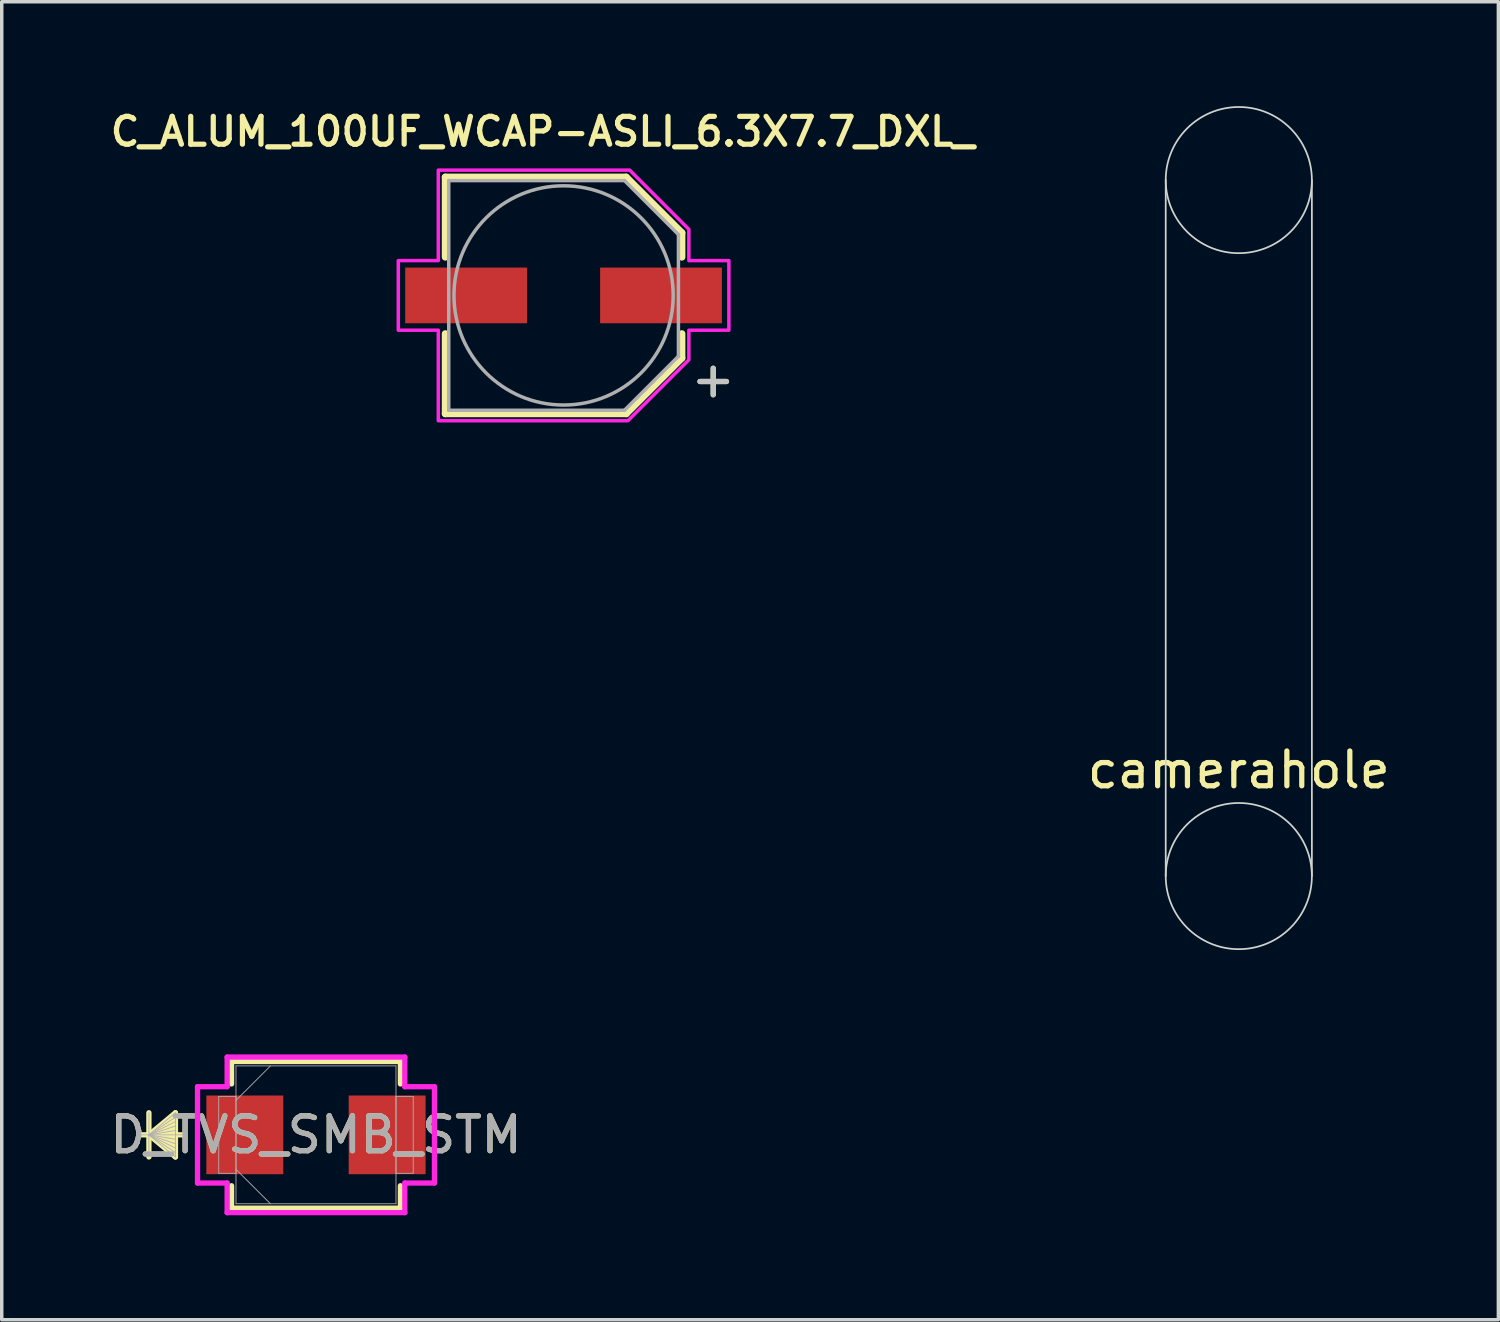
<source format=kicad_pcb>
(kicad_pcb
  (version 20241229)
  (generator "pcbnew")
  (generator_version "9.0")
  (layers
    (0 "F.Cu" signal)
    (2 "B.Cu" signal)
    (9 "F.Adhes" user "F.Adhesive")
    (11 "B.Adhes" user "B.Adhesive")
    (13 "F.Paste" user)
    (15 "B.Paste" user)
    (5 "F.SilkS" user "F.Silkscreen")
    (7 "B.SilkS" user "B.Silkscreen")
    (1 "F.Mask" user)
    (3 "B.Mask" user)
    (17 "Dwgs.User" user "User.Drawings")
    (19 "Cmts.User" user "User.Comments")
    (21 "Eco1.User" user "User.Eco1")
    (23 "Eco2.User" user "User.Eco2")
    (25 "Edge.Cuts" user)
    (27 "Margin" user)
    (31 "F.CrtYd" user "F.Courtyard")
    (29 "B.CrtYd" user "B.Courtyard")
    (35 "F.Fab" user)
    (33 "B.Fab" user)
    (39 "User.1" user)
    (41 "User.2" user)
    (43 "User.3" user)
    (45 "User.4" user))
  (footprint "C_ALUM_100UF_WCAP-ASLI_6.3X7.7_DXL_"
    (layer "F.Cu")
    (at 13.145 5.439)
    (property "Reference" "C_ALUM_100UF_WCAP-ASLI_6.3X7.7_DXL_" (at -0.6 -4.708 0) (layer "F.SilkS") (effects (font (size 0.8 0.8) (thickness 0.15))))
    (attr smd)
    (fp_line (start -3.4 -3.4) (end -3.4 -1.1) (stroke (width 0.2) (type solid)) (layer "F.SilkS"))
    (fp_line (start -3.4 -3.4) (end 1.8 -3.4) (stroke (width 0.2) (type solid)) (layer "F.SilkS"))
    (fp_line (start -3.4 3.4) (end -3.4 1.1) (stroke (width 0.2) (type solid)) (layer "F.SilkS"))
    (fp_line (start -3.4 3.4) (end 1.8 3.4) (stroke (width 0.2) (type solid)) (layer "F.SilkS"))
    (fp_line (start 1.8 -3.4) (end 3.4 -1.8) (stroke (width 0.2) (type solid)) (layer "F.SilkS"))
    (fp_line (start 1.8 3.4) (end 3.4 1.8) (stroke (width 0.2) (type solid)) (layer "F.SilkS"))
    (fp_line (start 3.4 -1.8) (end 3.4 -1.1) (stroke (width 0.2) (type solid)) (layer "F.SilkS"))
    (fp_line (start 3.4 1.8) (end 3.4 1.1) (stroke (width 0.2) (type solid)) (layer "F.SilkS"))
    (fp_poly (pts (xy 1.9 -3.6) (xy -3.6 -3.6) (xy -3.6 -1) (xy -4.75 -1) (xy -4.75 1) (xy -3.6 1) (xy -3.6 3.6) (xy 1.85 3.6) (xy 3.6 1.85) (xy 3.6 1) (xy 4.75 1) (xy 4.75 -1) (xy 3.6 -1) (xy 3.6 -1.9)) (stroke (width 0.1) (type solid)) (fill no) (layer "F.CrtYd"))
    (fp_line (start -3.3 -3.3) (end -3.3 3.3) (stroke (width 0.1) (type solid)) (layer "F.Fab"))
    (fp_line (start -3.3 3.3) (end 1.75 3.3) (stroke (width 0.1) (type solid)) (layer "F.Fab"))
    (fp_line (start 1.75 -3.3) (end -3.3 -3.3) (stroke (width 0.1) (type solid)) (layer "F.Fab"))
    (fp_line (start 1.75 3.3) (end 3.3 1.75) (stroke (width 0.1) (type solid)) (layer "F.Fab"))
    (fp_line (start 3.3 -1.75) (end 1.75 -3.3) (stroke (width 0.1) (type solid)) (layer "F.Fab"))
    (fp_line (start 3.3 1.75) (end 3.3 -1.75) (stroke (width 0.1) (type solid)) (layer "F.Fab"))
    (fp_circle (center 0 0) (end 3.15 0) (stroke (width 0.1) (type solid)) (fill no) (layer "F.Fab"))
    (fp_text user "+" (at 4.3 2.4 0) (layer "F.SilkS") (effects (font (size 1 1) (thickness 0.15))))
    (fp_text user "+" (at 4.3 2.4 0) (layer "Dwgs.User") (effects (font (size 1 1) (thickness 0.15))))
    (pad "1" smd rect (at 2.8 0) (size 3.5 1.6) (layers "F.Cu" "F.Mask" "F.Paste"))
    (pad "2" smd rect (at -2.8 0) (size 3.5 1.6) (layers "F.Cu" "F.Mask" "F.Paste")))
  (footprint "camerahole"
    (layer "F.Cu")
    (at 32.548 22.125)
    (property "Reference" "camerahole" (at 0 -3.05 0) (layer "F.SilkS") (effects (font (size 1 1) (thickness 0.15))))
    (attr exclude_from_pos_files exclude_from_bom)
    (fp_line (start -2.1 0) (end -2.1 -20) (stroke (width 0.05) (type default)) (layer "Edge.Cuts"))
    (fp_line (start 2.1 -20) (end 2.1 0) (stroke (width 0.05) (type default)) (layer "Edge.Cuts"))
    (fp_circle (center 0 -20) (end 2.1 -20) (stroke (width 0.05) (type default)) (fill no) (layer "Edge.Cuts"))
    (fp_circle (center 0 0) (end 2.1 0) (stroke (width 0.05) (type default)) (fill no) (layer "Edge.Cuts")))
  (footprint "D_TVS_SMB_STM"
    (layer "F.Cu")
    (at 6.03 29.561)
    (property "Reference" "D_TVS_SMB_STM" (at 0 0 0) (unlocked yes) (layer "F.SilkS") (effects (font (size 1 1) (thickness 0.15))))
    (attr smd)
    (fp_line (start -4.801 -0.635) (end -4.801 0.635) (stroke (width 0.152) (type solid)) (layer "F.SilkS"))
    (fp_line (start -4.801 0) (end -4.039 -0.635) (stroke (width 0.152) (type solid)) (layer "F.SilkS"))
    (fp_line (start -4.801 0) (end -4.039 -0.508) (stroke (width 0.152) (type solid)) (layer "F.SilkS"))
    (fp_line (start -4.801 0) (end -4.039 -0.381) (stroke (width 0.152) (type solid)) (layer "F.SilkS"))
    (fp_line (start -4.801 0) (end -4.039 -0.254) (stroke (width 0.152) (type solid)) (layer "F.SilkS"))
    (fp_line (start -4.801 0) (end -4.039 -0.127) (stroke (width 0.152) (type solid)) (layer "F.SilkS"))
    (fp_line (start -4.801 0) (end -4.039 0.127) (stroke (width 0.152) (type solid)) (layer "F.SilkS"))
    (fp_line (start -4.801 0) (end -4.039 0.254) (stroke (width 0.152) (type solid)) (layer "F.SilkS"))
    (fp_line (start -4.801 0) (end -4.039 0.381) (stroke (width 0.152) (type solid)) (layer "F.SilkS"))
    (fp_line (start -4.801 0) (end -4.039 0.508) (stroke (width 0.152) (type solid)) (layer "F.SilkS"))
    (fp_line (start -4.801 0) (end -4.039 0.635) (stroke (width 0.152) (type solid)) (layer "F.SilkS"))
    (fp_line (start -4.039 -0.635) (end -4.039 0.635) (stroke (width 0.152) (type solid)) (layer "F.SilkS"))
    (fp_line (start -3.785 0) (end -5.055 0) (stroke (width 0.152) (type solid)) (layer "F.SilkS"))
    (fp_line (start -2.426 -2.108) (end -2.426 -1.463) (stroke (width 0.152) (type solid)) (layer "F.SilkS"))
    (fp_line (start -2.426 1.463) (end -2.426 2.108) (stroke (width 0.152) (type solid)) (layer "F.SilkS"))
    (fp_line (start -2.426 2.108) (end 2.426 2.108) (stroke (width 0.152) (type solid)) (layer "F.SilkS"))
    (fp_line (start 2.426 -2.108) (end -2.426 -2.108) (stroke (width 0.152) (type solid)) (layer "F.SilkS"))
    (fp_line (start 2.426 -1.463) (end 2.426 -2.108) (stroke (width 0.152) (type solid)) (layer "F.SilkS"))
    (fp_line (start 2.426 2.108) (end 2.426 1.463) (stroke (width 0.152) (type solid)) (layer "F.SilkS"))
    (fp_line (start -3.404 -1.384) (end -2.553 -1.384) (stroke (width 0.152) (type solid)) (layer "F.CrtYd"))
    (fp_line (start -3.404 1.384) (end -3.404 -1.384) (stroke (width 0.152) (type solid)) (layer "F.CrtYd"))
    (fp_line (start -2.553 -2.235) (end 2.553 -2.235) (stroke (width 0.152) (type solid)) (layer "F.CrtYd"))
    (fp_line (start -2.553 -1.384) (end -2.553 -2.235) (stroke (width 0.152) (type solid)) (layer "F.CrtYd"))
    (fp_line (start -2.553 1.384) (end -3.404 1.384) (stroke (width 0.152) (type solid)) (layer "F.CrtYd"))
    (fp_line (start -2.553 2.235) (end -2.553 1.384) (stroke (width 0.152) (type solid)) (layer "F.CrtYd"))
    (fp_line (start 2.553 -2.235) (end 2.553 -1.384) (stroke (width 0.152) (type solid)) (layer "F.CrtYd"))
    (fp_line (start 2.553 -1.384) (end 3.404 -1.384) (stroke (width 0.152) (type solid)) (layer "F.CrtYd"))
    (fp_line (start 2.553 1.384) (end 2.553 2.235) (stroke (width 0.152) (type solid)) (layer "F.CrtYd"))
    (fp_line (start 2.553 2.235) (end -2.553 2.235) (stroke (width 0.152) (type solid)) (layer "F.CrtYd"))
    (fp_line (start 3.404 -1.384) (end 3.404 1.384) (stroke (width 0.152) (type solid)) (layer "F.CrtYd"))
    (fp_line (start 3.404 1.384) (end 2.553 1.384) (stroke (width 0.152) (type solid)) (layer "F.CrtYd"))
    (fp_line (start -4.801 -0.635) (end -4.801 0.635) (stroke (width 0.025) (type solid)) (layer "F.Fab"))
    (fp_line (start -4.801 0) (end -4.039 -0.635) (stroke (width 0.025) (type solid)) (layer "F.Fab"))
    (fp_line (start -4.801 0) (end -4.039 -0.508) (stroke (width 0.025) (type solid)) (layer "F.Fab"))
    (fp_line (start -4.801 0) (end -4.039 -0.381) (stroke (width 0.025) (type solid)) (layer "F.Fab"))
    (fp_line (start -4.801 0) (end -4.039 -0.254) (stroke (width 0.025) (type solid)) (layer "F.Fab"))
    (fp_line (start -4.801 0) (end -4.039 -0.127) (stroke (width 0.025) (type solid)) (layer "F.Fab"))
    (fp_line (start -4.801 0) (end -4.039 0.127) (stroke (width 0.025) (type solid)) (layer "F.Fab"))
    (fp_line (start -4.801 0) (end -4.039 0.254) (stroke (width 0.025) (type solid)) (layer "F.Fab"))
    (fp_line (start -4.801 0) (end -4.039 0.381) (stroke (width 0.025) (type solid)) (layer "F.Fab"))
    (fp_line (start -4.801 0) (end -4.039 0.508) (stroke (width 0.025) (type solid)) (layer "F.Fab"))
    (fp_line (start -4.801 0) (end -4.039 0.635) (stroke (width 0.025) (type solid)) (layer "F.Fab"))
    (fp_line (start -4.039 -0.635) (end -4.039 0.635) (stroke (width 0.025) (type solid)) (layer "F.Fab"))
    (fp_line (start -3.785 0) (end -5.055 0) (stroke (width 0.025) (type solid)) (layer "F.Fab"))
    (fp_line (start -2.794 -1.105) (end -2.794 1.105) (stroke (width 0.025) (type solid)) (layer "F.Fab"))
    (fp_line (start -2.794 1.105) (end -2.299 1.105) (stroke (width 0.025) (type solid)) (layer "F.Fab"))
    (fp_line (start -2.299 -1.981) (end -2.299 1.981) (stroke (width 0.025) (type solid)) (layer "F.Fab"))
    (fp_line (start -2.299 -1.105) (end -2.794 -1.105) (stroke (width 0.025) (type solid)) (layer "F.Fab"))
    (fp_line (start -2.299 -0.991) (end -1.308 -1.981) (stroke (width 0.025) (type solid)) (layer "F.Fab"))
    (fp_line (start -2.299 0.991) (end -1.308 1.981) (stroke (width 0.025) (type solid)) (layer "F.Fab"))
    (fp_line (start -2.299 1.105) (end -2.299 -1.105) (stroke (width 0.025) (type solid)) (layer "F.Fab"))
    (fp_line (start -2.299 1.981) (end 2.299 1.981) (stroke (width 0.025) (type solid)) (layer "F.Fab"))
    (fp_line (start 2.299 -1.981) (end -2.299 -1.981) (stroke (width 0.025) (type solid)) (layer "F.Fab"))
    (fp_line (start 2.299 -1.105) (end 2.299 1.105) (stroke (width 0.025) (type solid)) (layer "F.Fab"))
    (fp_line (start 2.299 1.105) (end 2.794 1.105) (stroke (width 0.025) (type solid)) (layer "F.Fab"))
    (fp_line (start 2.299 1.981) (end 2.299 -1.981) (stroke (width 0.025) (type solid)) (layer "F.Fab"))
    (fp_line (start 2.794 -1.105) (end 2.299 -1.105) (stroke (width 0.025) (type solid)) (layer "F.Fab"))
    (fp_line (start 2.794 1.105) (end 2.794 -1.105) (stroke (width 0.025) (type solid)) (layer "F.Fab"))
    (fp_text user "${REFERENCE}" (at 0 0 0) (unlocked yes) (layer "F.Fab") (effects (font (size 1 1) (thickness 0.15))))
    (pad "1" smd rect (at -2.045 0) (size 2.21 2.261) (layers "F.Cu" "F.Mask" "F.Paste"))
    (pad "2" smd rect (at 2.045 0) (size 2.21 2.261) (layers "F.Cu" "F.Mask" "F.Paste"))
    (zone (net_name "") (layer "F.Cu") (hatch full 0.508) (connect_pads) (min_thickness 0.254) (filled_areas_thickness no) (keepout (tracks not_allowed) (vias not_allowed) (pads allowed) (copperpour not_allowed) (footprints allowed)) (placement (enabled no)) (fill) (polygon (pts (xy 5.141 27.631) (xy 6.919 27.631) (xy 6.919 31.492) (xy 5.141 31.492)))))
  (gr_rect
    (start -3 -3)
    (end 40.007 34.873)
    (stroke (width 0.1) (type default))
    (fill no)
    (layer "Edge.Cuts")))
</source>
